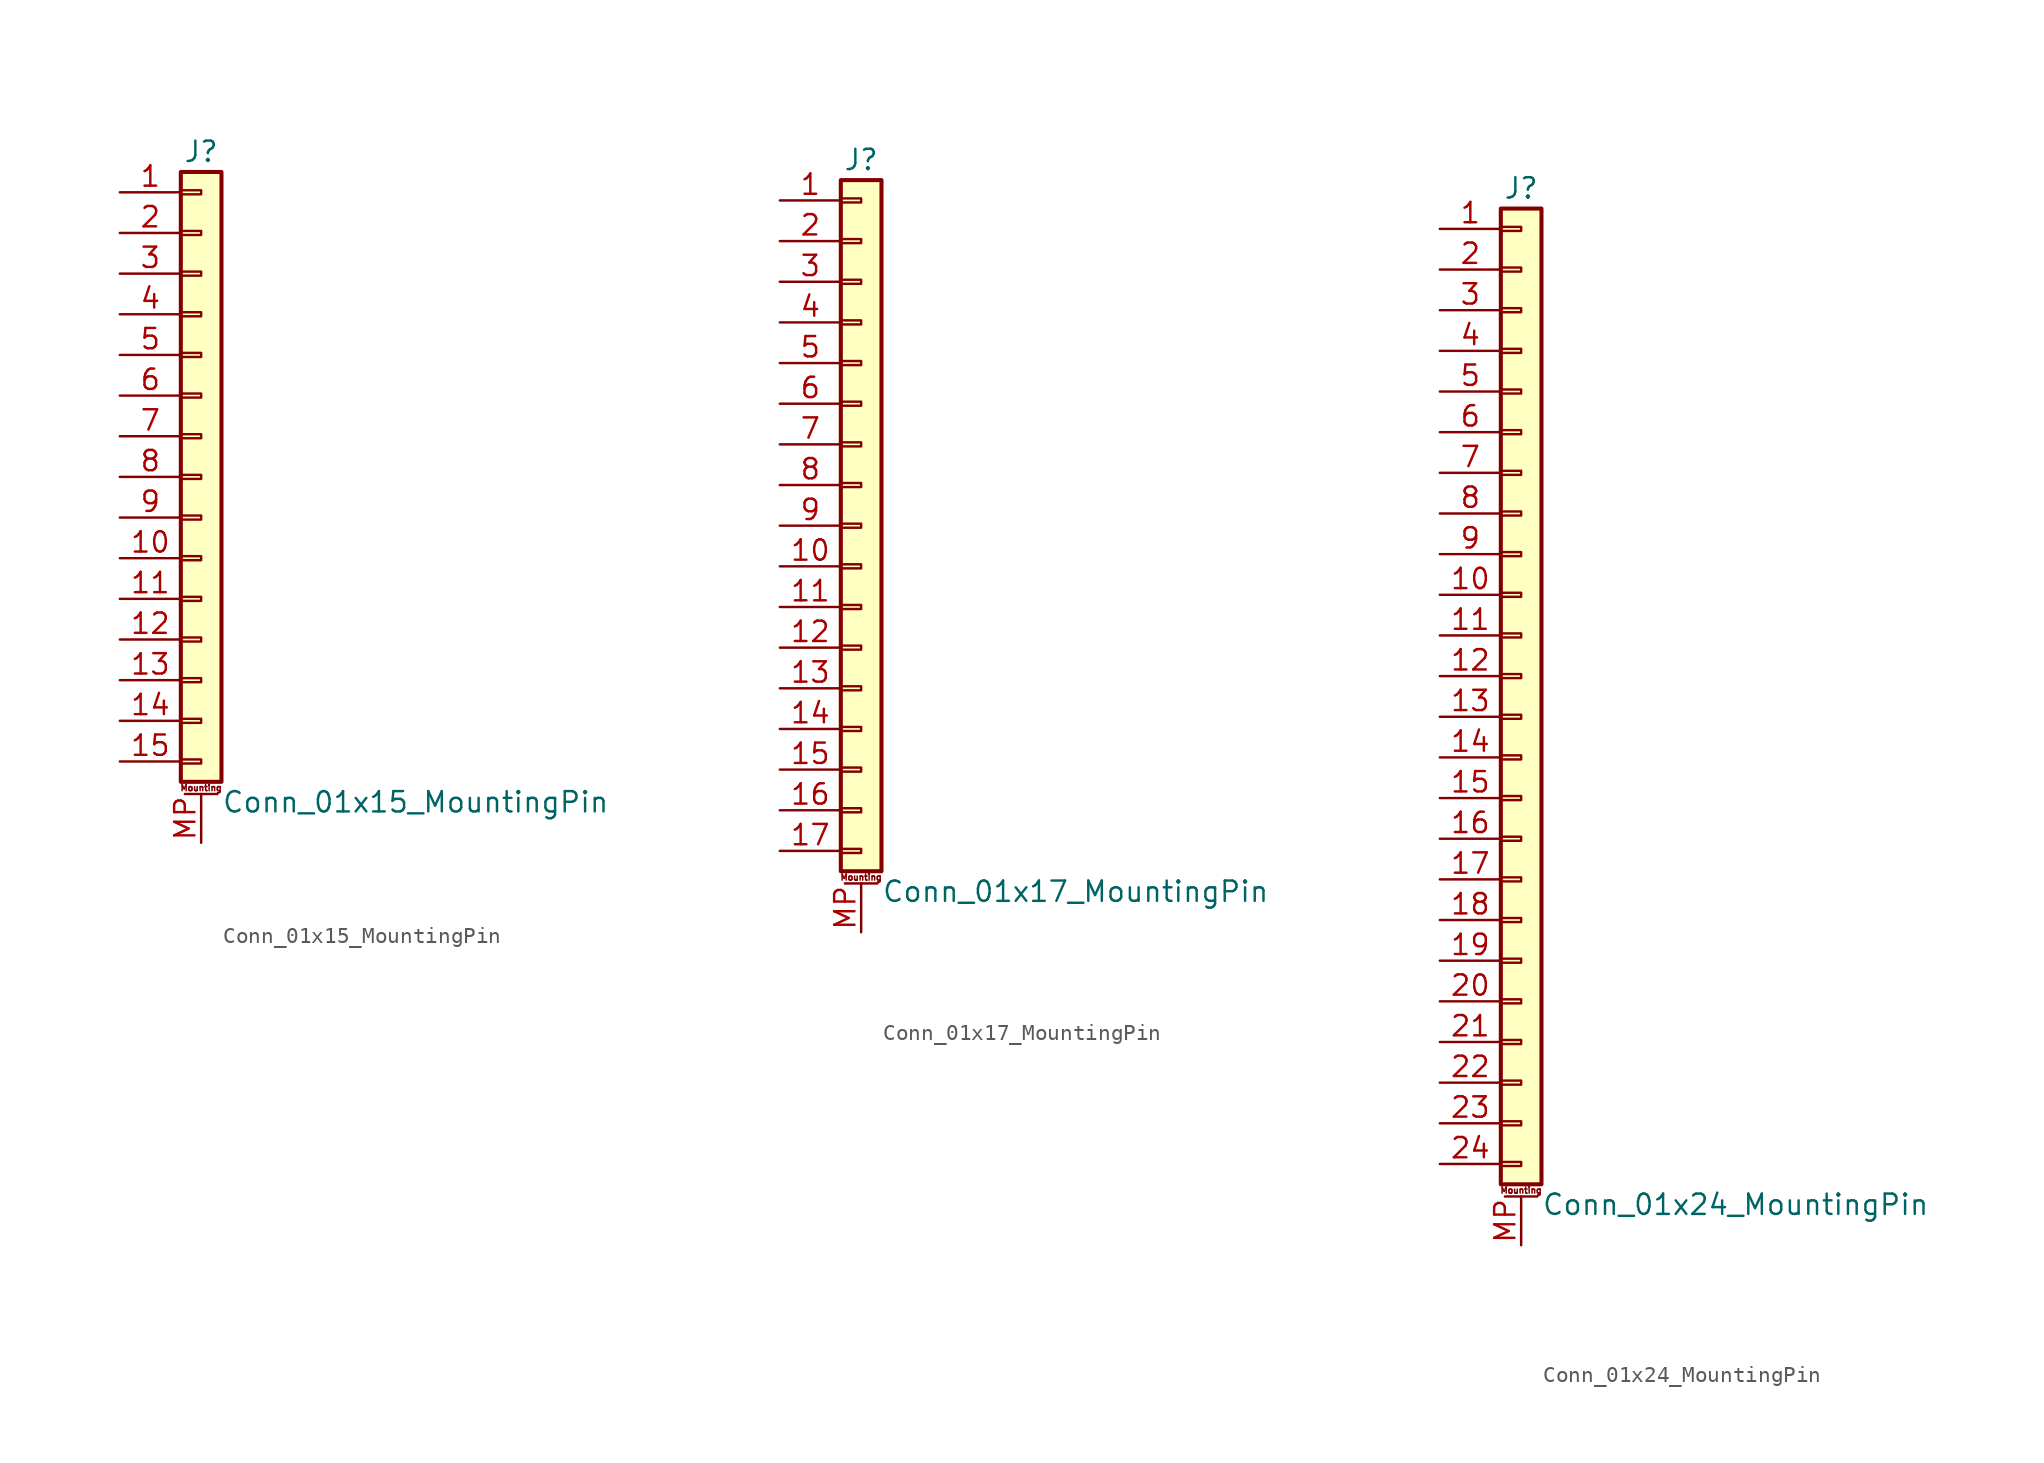
<source format=kicad_sym>
(kicad_symbol_lib
  (version 20211014)
  (generator kicad_symbol_editor)
  (symbol "Conn_01x15_MountingPin"
    (pin_names
      (offset 1.016) hide)
    (property "Reference" "J"
      (at 0 20.32 0)
      (effects (font (size 1.27 1.27))))
    (property "Value" "Conn_01x15_MountingPin"
      (at 1.27 -20.32 0)
      (effects (font (size 1.27 1.27)) (justify left)))
    (symbol "Conn_01x15_MountingPin_1_1"
      (rectangle (start -1.27 -17.653) (end 0 -17.907) (stroke (width 0.152) (type default) (color 0 0 0 0)) (fill (type none)))
      (rectangle (start -1.27 -15.113) (end 0 -15.367) (stroke (width 0.152) (type default) (color 0 0 0 0)) (fill (type none)))
      (rectangle (start -1.27 -12.573) (end 0 -12.827) (stroke (width 0.152) (type default) (color 0 0 0 0)) (fill (type none)))
      (rectangle (start -1.27 -10.033) (end 0 -10.287) (stroke (width 0.152) (type default) (color 0 0 0 0)) (fill (type none)))
      (rectangle (start -1.27 -7.493) (end 0 -7.747) (stroke (width 0.152) (type default) (color 0 0 0 0)) (fill (type none)))
      (rectangle (start -1.27 -4.953) (end 0 -5.207) (stroke (width 0.152) (type default) (color 0 0 0 0)) (fill (type none)))
      (rectangle (start -1.27 -2.413) (end 0 -2.667) (stroke (width 0.152) (type default) (color 0 0 0 0)) (fill (type none)))
      (rectangle (start -1.27 0.127) (end 0 -0.127) (stroke (width 0.152) (type default) (color 0 0 0 0)) (fill (type none)))
      (rectangle (start -1.27 2.667) (end 0 2.413) (stroke (width 0.152) (type default) (color 0 0 0 0)) (fill (type none)))
      (rectangle (start -1.27 5.207) (end 0 4.953) (stroke (width 0.152) (type default) (color 0 0 0 0)) (fill (type none)))
      (rectangle (start -1.27 7.747) (end 0 7.493) (stroke (width 0.152) (type default) (color 0 0 0 0)) (fill (type none)))
      (rectangle (start -1.27 10.287) (end 0 10.033) (stroke (width 0.152) (type default) (color 0 0 0 0)) (fill (type none)))
      (rectangle (start -1.27 12.827) (end 0 12.573) (stroke (width 0.152) (type default) (color 0 0 0 0)) (fill (type none)))
      (rectangle (start -1.27 15.367) (end 0 15.113) (stroke (width 0.152) (type default) (color 0 0 0 0)) (fill (type none)))
      (rectangle (start -1.27 17.907) (end 0 17.653) (stroke (width 0.152) (type default) (color 0 0 0 0)) (fill (type none)))
      (rectangle (start -1.27 19.05) (end 1.27 -19.05) (stroke (width 0.254) (type default) (color 0 0 0 0)) (fill (type background)))
      (polyline (pts (xy -1.016 -19.812) (xy 1.016 -19.812)) (stroke (width 0.152) (type default) (color 0 0 0 0)) (fill (type none)))
      (text "Mounting" (at 0 -19.431 0) (effects (font (size 0.381 0.381))))
      (pin passive line (at -5.08 17.78 0) (length 3.81) (name "Pin_1" (effects (font (size 1.27 1.27)))) (number "1" (effects (font (size 1.27 1.27)))))
      (pin passive line (at -5.08 -5.08 0) (length 3.81) (name "Pin_10" (effects (font (size 1.27 1.27)))) (number "10" (effects (font (size 1.27 1.27)))))
      (pin passive line (at -5.08 -7.62 0) (length 3.81) (name "Pin_11" (effects (font (size 1.27 1.27)))) (number "11" (effects (font (size 1.27 1.27)))))
      (pin passive line (at -5.08 -10.16 0) (length 3.81) (name "Pin_12" (effects (font (size 1.27 1.27)))) (number "12" (effects (font (size 1.27 1.27)))))
      (pin passive line (at -5.08 -12.7 0) (length 3.81) (name "Pin_13" (effects (font (size 1.27 1.27)))) (number "13" (effects (font (size 1.27 1.27)))))
      (pin passive line (at -5.08 -15.24 0) (length 3.81) (name "Pin_14" (effects (font (size 1.27 1.27)))) (number "14" (effects (font (size 1.27 1.27)))))
      (pin passive line (at -5.08 -17.78 0) (length 3.81) (name "Pin_15" (effects (font (size 1.27 1.27)))) (number "15" (effects (font (size 1.27 1.27)))))
      (pin passive line (at -5.08 15.24 0) (length 3.81) (name "Pin_2" (effects (font (size 1.27 1.27)))) (number "2" (effects (font (size 1.27 1.27)))))
      (pin passive line (at -5.08 12.7 0) (length 3.81) (name "Pin_3" (effects (font (size 1.27 1.27)))) (number "3" (effects (font (size 1.27 1.27)))))
      (pin passive line (at -5.08 10.16 0) (length 3.81) (name "Pin_4" (effects (font (size 1.27 1.27)))) (number "4" (effects (font (size 1.27 1.27)))))
      (pin passive line (at -5.08 7.62 0) (length 3.81) (name "Pin_5" (effects (font (size 1.27 1.27)))) (number "5" (effects (font (size 1.27 1.27)))))
      (pin passive line (at -5.08 5.08 0) (length 3.81) (name "Pin_6" (effects (font (size 1.27 1.27)))) (number "6" (effects (font (size 1.27 1.27)))))
      (pin passive line (at -5.08 2.54 0) (length 3.81) (name "Pin_7" (effects (font (size 1.27 1.27)))) (number "7" (effects (font (size 1.27 1.27)))))
      (pin passive line (at -5.08 0 0) (length 3.81) (name "Pin_8" (effects (font (size 1.27 1.27)))) (number "8" (effects (font (size 1.27 1.27)))))
      (pin passive line (at -5.08 -2.54 0) (length 3.81) (name "Pin_9" (effects (font (size 1.27 1.27)))) (number "9" (effects (font (size 1.27 1.27)))))
      (pin passive line (at 0 -22.86 90) (length 3.048) (name "MountPin" (effects (font (size 1.27 1.27)))) (number "MP" (effects (font (size 1.27 1.27)))))))
  (symbol "Conn_01x17_MountingPin"
    (pin_names
      (offset 1.016) hide)
    (property "Reference" "J"
      (at 0 22.86 0)
      (effects (font (size 1.27 1.27))))
    (property "Value" "Conn_01x17_MountingPin"
      (at 1.27 -22.86 0)
      (effects (font (size 1.27 1.27)) (justify left)))
    (symbol "Conn_01x17_MountingPin_1_1"
      (rectangle (start -1.27 -20.193) (end 0 -20.447) (stroke (width 0.152) (type default) (color 0 0 0 0)) (fill (type none)))
      (rectangle (start -1.27 -17.653) (end 0 -17.907) (stroke (width 0.152) (type default) (color 0 0 0 0)) (fill (type none)))
      (rectangle (start -1.27 -15.113) (end 0 -15.367) (stroke (width 0.152) (type default) (color 0 0 0 0)) (fill (type none)))
      (rectangle (start -1.27 -12.573) (end 0 -12.827) (stroke (width 0.152) (type default) (color 0 0 0 0)) (fill (type none)))
      (rectangle (start -1.27 -10.033) (end 0 -10.287) (stroke (width 0.152) (type default) (color 0 0 0 0)) (fill (type none)))
      (rectangle (start -1.27 -7.493) (end 0 -7.747) (stroke (width 0.152) (type default) (color 0 0 0 0)) (fill (type none)))
      (rectangle (start -1.27 -4.953) (end 0 -5.207) (stroke (width 0.152) (type default) (color 0 0 0 0)) (fill (type none)))
      (rectangle (start -1.27 -2.413) (end 0 -2.667) (stroke (width 0.152) (type default) (color 0 0 0 0)) (fill (type none)))
      (rectangle (start -1.27 0.127) (end 0 -0.127) (stroke (width 0.152) (type default) (color 0 0 0 0)) (fill (type none)))
      (rectangle (start -1.27 2.667) (end 0 2.413) (stroke (width 0.152) (type default) (color 0 0 0 0)) (fill (type none)))
      (rectangle (start -1.27 5.207) (end 0 4.953) (stroke (width 0.152) (type default) (color 0 0 0 0)) (fill (type none)))
      (rectangle (start -1.27 7.747) (end 0 7.493) (stroke (width 0.152) (type default) (color 0 0 0 0)) (fill (type none)))
      (rectangle (start -1.27 10.287) (end 0 10.033) (stroke (width 0.152) (type default) (color 0 0 0 0)) (fill (type none)))
      (rectangle (start -1.27 12.827) (end 0 12.573) (stroke (width 0.152) (type default) (color 0 0 0 0)) (fill (type none)))
      (rectangle (start -1.27 15.367) (end 0 15.113) (stroke (width 0.152) (type default) (color 0 0 0 0)) (fill (type none)))
      (rectangle (start -1.27 17.907) (end 0 17.653) (stroke (width 0.152) (type default) (color 0 0 0 0)) (fill (type none)))
      (rectangle (start -1.27 20.447) (end 0 20.193) (stroke (width 0.152) (type default) (color 0 0 0 0)) (fill (type none)))
      (rectangle (start -1.27 21.59) (end 1.27 -21.59) (stroke (width 0.254) (type default) (color 0 0 0 0)) (fill (type background)))
      (polyline (pts (xy -1.016 -22.352) (xy 1.016 -22.352)) (stroke (width 0.152) (type default) (color 0 0 0 0)) (fill (type none)))
      (text "Mounting" (at 0 -21.971 0) (effects (font (size 0.381 0.381))))
      (pin passive line (at -5.08 20.32 0) (length 3.81) (name "Pin_1" (effects (font (size 1.27 1.27)))) (number "1" (effects (font (size 1.27 1.27)))))
      (pin passive line (at -5.08 -2.54 0) (length 3.81) (name "Pin_10" (effects (font (size 1.27 1.27)))) (number "10" (effects (font (size 1.27 1.27)))))
      (pin passive line (at -5.08 -5.08 0) (length 3.81) (name "Pin_11" (effects (font (size 1.27 1.27)))) (number "11" (effects (font (size 1.27 1.27)))))
      (pin passive line (at -5.08 -7.62 0) (length 3.81) (name "Pin_12" (effects (font (size 1.27 1.27)))) (number "12" (effects (font (size 1.27 1.27)))))
      (pin passive line (at -5.08 -10.16 0) (length 3.81) (name "Pin_13" (effects (font (size 1.27 1.27)))) (number "13" (effects (font (size 1.27 1.27)))))
      (pin passive line (at -5.08 -12.7 0) (length 3.81) (name "Pin_14" (effects (font (size 1.27 1.27)))) (number "14" (effects (font (size 1.27 1.27)))))
      (pin passive line (at -5.08 -15.24 0) (length 3.81) (name "Pin_15" (effects (font (size 1.27 1.27)))) (number "15" (effects (font (size 1.27 1.27)))))
      (pin passive line (at -5.08 -17.78 0) (length 3.81) (name "Pin_16" (effects (font (size 1.27 1.27)))) (number "16" (effects (font (size 1.27 1.27)))))
      (pin passive line (at -5.08 -20.32 0) (length 3.81) (name "Pin_17" (effects (font (size 1.27 1.27)))) (number "17" (effects (font (size 1.27 1.27)))))
      (pin passive line (at -5.08 17.78 0) (length 3.81) (name "Pin_2" (effects (font (size 1.27 1.27)))) (number "2" (effects (font (size 1.27 1.27)))))
      (pin passive line (at -5.08 15.24 0) (length 3.81) (name "Pin_3" (effects (font (size 1.27 1.27)))) (number "3" (effects (font (size 1.27 1.27)))))
      (pin passive line (at -5.08 12.7 0) (length 3.81) (name "Pin_4" (effects (font (size 1.27 1.27)))) (number "4" (effects (font (size 1.27 1.27)))))
      (pin passive line (at -5.08 10.16 0) (length 3.81) (name "Pin_5" (effects (font (size 1.27 1.27)))) (number "5" (effects (font (size 1.27 1.27)))))
      (pin passive line (at -5.08 7.62 0) (length 3.81) (name "Pin_6" (effects (font (size 1.27 1.27)))) (number "6" (effects (font (size 1.27 1.27)))))
      (pin passive line (at -5.08 5.08 0) (length 3.81) (name "Pin_7" (effects (font (size 1.27 1.27)))) (number "7" (effects (font (size 1.27 1.27)))))
      (pin passive line (at -5.08 2.54 0) (length 3.81) (name "Pin_8" (effects (font (size 1.27 1.27)))) (number "8" (effects (font (size 1.27 1.27)))))
      (pin passive line (at -5.08 0 0) (length 3.81) (name "Pin_9" (effects (font (size 1.27 1.27)))) (number "9" (effects (font (size 1.27 1.27)))))
      (pin passive line (at 0 -25.4 90) (length 3.048) (name "MountPin" (effects (font (size 1.27 1.27)))) (number "MP" (effects (font (size 1.27 1.27)))))))
  (symbol "Conn_01x24_MountingPin"
    (pin_names
      (offset 1.016) hide)
    (property "Reference" "J"
      (at 0 30.48 0)
      (effects (font (size 1.27 1.27))))
    (property "Value" "Conn_01x24_MountingPin"
      (at 1.27 -33.02 0)
      (effects (font (size 1.27 1.27)) (justify left)))
    (symbol "Conn_01x24_MountingPin_1_1"
      (rectangle (start -1.27 -30.353) (end 0 -30.607) (stroke (width 0.152) (type default) (color 0 0 0 0)) (fill (type none)))
      (rectangle (start -1.27 -27.813) (end 0 -28.067) (stroke (width 0.152) (type default) (color 0 0 0 0)) (fill (type none)))
      (rectangle (start -1.27 -25.273) (end 0 -25.527) (stroke (width 0.152) (type default) (color 0 0 0 0)) (fill (type none)))
      (rectangle (start -1.27 -22.733) (end 0 -22.987) (stroke (width 0.152) (type default) (color 0 0 0 0)) (fill (type none)))
      (rectangle (start -1.27 -20.193) (end 0 -20.447) (stroke (width 0.152) (type default) (color 0 0 0 0)) (fill (type none)))
      (rectangle (start -1.27 -17.653) (end 0 -17.907) (stroke (width 0.152) (type default) (color 0 0 0 0)) (fill (type none)))
      (rectangle (start -1.27 -15.113) (end 0 -15.367) (stroke (width 0.152) (type default) (color 0 0 0 0)) (fill (type none)))
      (rectangle (start -1.27 -12.573) (end 0 -12.827) (stroke (width 0.152) (type default) (color 0 0 0 0)) (fill (type none)))
      (rectangle (start -1.27 -10.033) (end 0 -10.287) (stroke (width 0.152) (type default) (color 0 0 0 0)) (fill (type none)))
      (rectangle (start -1.27 -7.493) (end 0 -7.747) (stroke (width 0.152) (type default) (color 0 0 0 0)) (fill (type none)))
      (rectangle (start -1.27 -4.953) (end 0 -5.207) (stroke (width 0.152) (type default) (color 0 0 0 0)) (fill (type none)))
      (rectangle (start -1.27 -2.413) (end 0 -2.667) (stroke (width 0.152) (type default) (color 0 0 0 0)) (fill (type none)))
      (rectangle (start -1.27 0.127) (end 0 -0.127) (stroke (width 0.152) (type default) (color 0 0 0 0)) (fill (type none)))
      (rectangle (start -1.27 2.667) (end 0 2.413) (stroke (width 0.152) (type default) (color 0 0 0 0)) (fill (type none)))
      (rectangle (start -1.27 5.207) (end 0 4.953) (stroke (width 0.152) (type default) (color 0 0 0 0)) (fill (type none)))
      (rectangle (start -1.27 7.747) (end 0 7.493) (stroke (width 0.152) (type default) (color 0 0 0 0)) (fill (type none)))
      (rectangle (start -1.27 10.287) (end 0 10.033) (stroke (width 0.152) (type default) (color 0 0 0 0)) (fill (type none)))
      (rectangle (start -1.27 12.827) (end 0 12.573) (stroke (width 0.152) (type default) (color 0 0 0 0)) (fill (type none)))
      (rectangle (start -1.27 15.367) (end 0 15.113) (stroke (width 0.152) (type default) (color 0 0 0 0)) (fill (type none)))
      (rectangle (start -1.27 17.907) (end 0 17.653) (stroke (width 0.152) (type default) (color 0 0 0 0)) (fill (type none)))
      (rectangle (start -1.27 20.447) (end 0 20.193) (stroke (width 0.152) (type default) (color 0 0 0 0)) (fill (type none)))
      (rectangle (start -1.27 22.987) (end 0 22.733) (stroke (width 0.152) (type default) (color 0 0 0 0)) (fill (type none)))
      (rectangle (start -1.27 25.527) (end 0 25.273) (stroke (width 0.152) (type default) (color 0 0 0 0)) (fill (type none)))
      (rectangle (start -1.27 28.067) (end 0 27.813) (stroke (width 0.152) (type default) (color 0 0 0 0)) (fill (type none)))
      (rectangle (start -1.27 29.21) (end 1.27 -31.75) (stroke (width 0.254) (type default) (color 0 0 0 0)) (fill (type background)))
      (polyline (pts (xy -1.016 -32.512) (xy 1.016 -32.512)) (stroke (width 0.152) (type default) (color 0 0 0 0)) (fill (type none)))
      (text "Mounting" (at 0 -32.131 0) (effects (font (size 0.381 0.381))))
      (pin passive line (at -5.08 27.94 0) (length 3.81) (name "Pin_1" (effects (font (size 1.27 1.27)))) (number "1" (effects (font (size 1.27 1.27)))))
      (pin passive line (at -5.08 5.08 0) (length 3.81) (name "Pin_10" (effects (font (size 1.27 1.27)))) (number "10" (effects (font (size 1.27 1.27)))))
      (pin passive line (at -5.08 2.54 0) (length 3.81) (name "Pin_11" (effects (font (size 1.27 1.27)))) (number "11" (effects (font (size 1.27 1.27)))))
      (pin passive line (at -5.08 0 0) (length 3.81) (name "Pin_12" (effects (font (size 1.27 1.27)))) (number "12" (effects (font (size 1.27 1.27)))))
      (pin passive line (at -5.08 -2.54 0) (length 3.81) (name "Pin_13" (effects (font (size 1.27 1.27)))) (number "13" (effects (font (size 1.27 1.27)))))
      (pin passive line (at -5.08 -5.08 0) (length 3.81) (name "Pin_14" (effects (font (size 1.27 1.27)))) (number "14" (effects (font (size 1.27 1.27)))))
      (pin passive line (at -5.08 -7.62 0) (length 3.81) (name "Pin_15" (effects (font (size 1.27 1.27)))) (number "15" (effects (font (size 1.27 1.27)))))
      (pin passive line (at -5.08 -10.16 0) (length 3.81) (name "Pin_16" (effects (font (size 1.27 1.27)))) (number "16" (effects (font (size 1.27 1.27)))))
      (pin passive line (at -5.08 -12.7 0) (length 3.81) (name "Pin_17" (effects (font (size 1.27 1.27)))) (number "17" (effects (font (size 1.27 1.27)))))
      (pin passive line (at -5.08 -15.24 0) (length 3.81) (name "Pin_18" (effects (font (size 1.27 1.27)))) (number "18" (effects (font (size 1.27 1.27)))))
      (pin passive line (at -5.08 -17.78 0) (length 3.81) (name "Pin_19" (effects (font (size 1.27 1.27)))) (number "19" (effects (font (size 1.27 1.27)))))
      (pin passive line (at -5.08 25.4 0) (length 3.81) (name "Pin_2" (effects (font (size 1.27 1.27)))) (number "2" (effects (font (size 1.27 1.27)))))
      (pin passive line (at -5.08 -20.32 0) (length 3.81) (name "Pin_20" (effects (font (size 1.27 1.27)))) (number "20" (effects (font (size 1.27 1.27)))))
      (pin passive line (at -5.08 -22.86 0) (length 3.81) (name "Pin_21" (effects (font (size 1.27 1.27)))) (number "21" (effects (font (size 1.27 1.27)))))
      (pin passive line (at -5.08 -25.4 0) (length 3.81) (name "Pin_22" (effects (font (size 1.27 1.27)))) (number "22" (effects (font (size 1.27 1.27)))))
      (pin passive line (at -5.08 -27.94 0) (length 3.81) (name "Pin_23" (effects (font (size 1.27 1.27)))) (number "23" (effects (font (size 1.27 1.27)))))
      (pin passive line (at -5.08 -30.48 0) (length 3.81) (name "Pin_24" (effects (font (size 1.27 1.27)))) (number "24" (effects (font (size 1.27 1.27)))))
      (pin passive line (at -5.08 22.86 0) (length 3.81) (name "Pin_3" (effects (font (size 1.27 1.27)))) (number "3" (effects (font (size 1.27 1.27)))))
      (pin passive line (at -5.08 20.32 0) (length 3.81) (name "Pin_4" (effects (font (size 1.27 1.27)))) (number "4" (effects (font (size 1.27 1.27)))))
      (pin passive line (at -5.08 17.78 0) (length 3.81) (name "Pin_5" (effects (font (size 1.27 1.27)))) (number "5" (effects (font (size 1.27 1.27)))))
      (pin passive line (at -5.08 15.24 0) (length 3.81) (name "Pin_6" (effects (font (size 1.27 1.27)))) (number "6" (effects (font (size 1.27 1.27)))))
      (pin passive line (at -5.08 12.7 0) (length 3.81) (name "Pin_7" (effects (font (size 1.27 1.27)))) (number "7" (effects (font (size 1.27 1.27)))))
      (pin passive line (at -5.08 10.16 0) (length 3.81) (name "Pin_8" (effects (font (size 1.27 1.27)))) (number "8" (effects (font (size 1.27 1.27)))))
      (pin passive line (at -5.08 7.62 0) (length 3.81) (name "Pin_9" (effects (font (size 1.27 1.27)))) (number "9" (effects (font (size 1.27 1.27)))))
      (pin passive line (at 0 -35.56 90) (length 3.048) (name "MountPin" (effects (font (size 1.27 1.27)))) (number "MP" (effects (font (size 1.27 1.27))))))))
</source>
